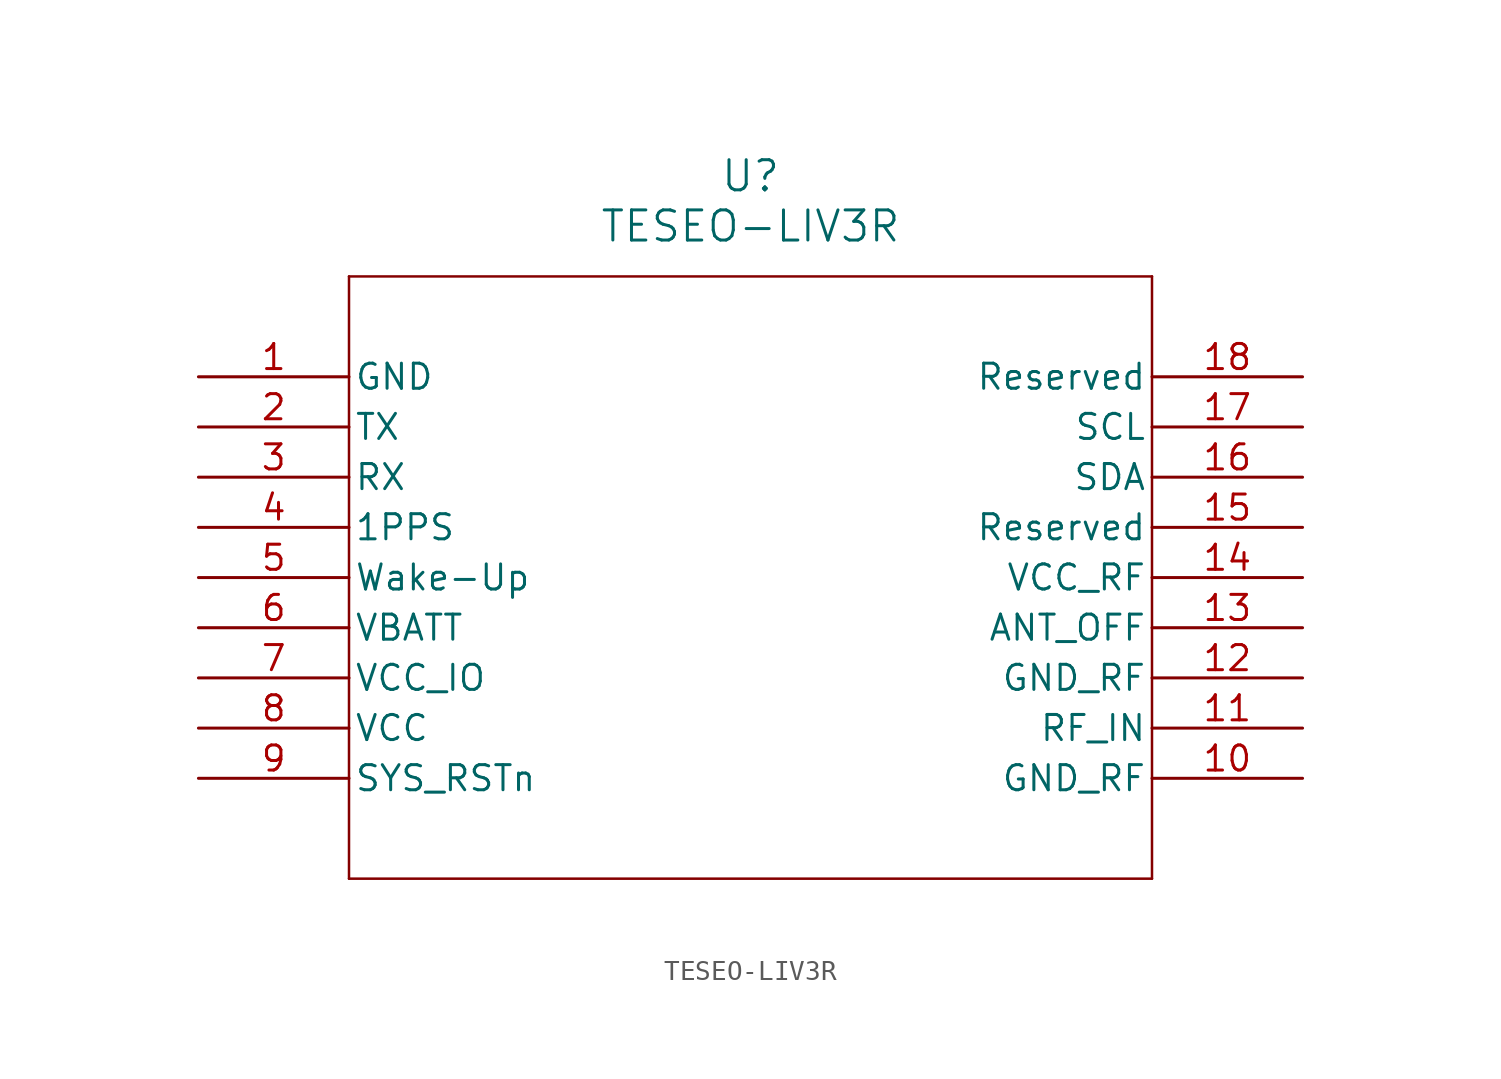
<source format=kicad_sym>
(kicad_symbol_lib
  (version 20211014)
  (generator kicad_symbol_editor)
  (symbol "TESEO-LIV3R"
    (pin_names
      (offset 0.254))
    (property "Reference" "U"
      (at 27.94 10.16 0)
      (effects (font (size 1.524 1.524))))
    (property "Value" "TESEO-LIV3R"
      (at 27.94 7.62 0)
      (effects (font (size 1.524 1.524))))
    (symbol "TESEO-LIV3R_0_1"
      (polyline (pts (xy 7.62 5.08) (xy 7.62 -25.4)) (stroke (width 0.127) (type default) (color 0 0 0 0)) (fill (type none)))
      (polyline (pts (xy 7.62 -25.4) (xy 48.26 -25.4)) (stroke (width 0.127) (type default) (color 0 0 0 0)) (fill (type none)))
      (polyline (pts (xy 48.26 -25.4) (xy 48.26 5.08)) (stroke (width 0.127) (type default) (color 0 0 0 0)) (fill (type none)))
      (polyline (pts (xy 48.26 5.08) (xy 7.62 5.08)) (stroke (width 0.127) (type default) (color 0 0 0 0)) (fill (type none)))
      (pin power_out line (at 0 0 0) (length 7.62) (name "GND" (effects (font (size 1.27 1.27)))) (number "1" (effects (font (size 1.27 1.27)))))
      (pin unspecified line (at 0 -2.54 0) (length 7.62) (name "TX" (effects (font (size 1.27 1.27)))) (number "2" (effects (font (size 1.27 1.27)))))
      (pin unspecified line (at 0 -5.08 0) (length 7.62) (name "RX" (effects (font (size 1.27 1.27)))) (number "3" (effects (font (size 1.27 1.27)))))
      (pin unspecified line (at 0 -7.62 0) (length 7.62) (name "1PPS" (effects (font (size 1.27 1.27)))) (number "4" (effects (font (size 1.27 1.27)))))
      (pin unspecified line (at 0 -10.16 0) (length 7.62) (name "Wake-Up" (effects (font (size 1.27 1.27)))) (number "5" (effects (font (size 1.27 1.27)))))
      (pin unspecified line (at 0 -12.7 0) (length 7.62) (name "VBATT" (effects (font (size 1.27 1.27)))) (number "6" (effects (font (size 1.27 1.27)))))
      (pin power_in line (at 0 -15.24 0) (length 7.62) (name "VCC_IO" (effects (font (size 1.27 1.27)))) (number "7" (effects (font (size 1.27 1.27)))))
      (pin power_in line (at 0 -17.78 0) (length 7.62) (name "VCC" (effects (font (size 1.27 1.27)))) (number "8" (effects (font (size 1.27 1.27)))))
      (pin unspecified line (at 0 -20.32 0) (length 7.62) (name "SYS_RSTn" (effects (font (size 1.27 1.27)))) (number "9" (effects (font (size 1.27 1.27)))))
      (pin power_out line (at 55.88 -20.32 180) (length 7.62) (name "GND_RF" (effects (font (size 1.27 1.27)))) (number "10" (effects (font (size 1.27 1.27)))))
      (pin unspecified line (at 55.88 -17.78 180) (length 7.62) (name "RF_IN" (effects (font (size 1.27 1.27)))) (number "11" (effects (font (size 1.27 1.27)))))
      (pin power_out line (at 55.88 -15.24 180) (length 7.62) (name "GND_RF" (effects (font (size 1.27 1.27)))) (number "12" (effects (font (size 1.27 1.27)))))
      (pin unspecified line (at 55.88 -12.7 180) (length 7.62) (name "ANT_OFF" (effects (font (size 1.27 1.27)))) (number "13" (effects (font (size 1.27 1.27)))))
      (pin power_in line (at 55.88 -10.16 180) (length 7.62) (name "VCC_RF" (effects (font (size 1.27 1.27)))) (number "14" (effects (font (size 1.27 1.27)))))
      (pin unspecified line (at 55.88 -7.62 180) (length 7.62) (name "Reserved" (effects (font (size 1.27 1.27)))) (number "15" (effects (font (size 1.27 1.27)))))
      (pin unspecified line (at 55.88 -5.08 180) (length 7.62) (name "SDA" (effects (font (size 1.27 1.27)))) (number "16" (effects (font (size 1.27 1.27)))))
      (pin unspecified line (at 55.88 -2.54 180) (length 7.62) (name "SCL" (effects (font (size 1.27 1.27)))) (number "17" (effects (font (size 1.27 1.27)))))
      (pin unspecified line (at 55.88 0 180) (length 7.62) (name "Reserved" (effects (font (size 1.27 1.27)))) (number "18" (effects (font (size 1.27 1.27))))))))
</source>
